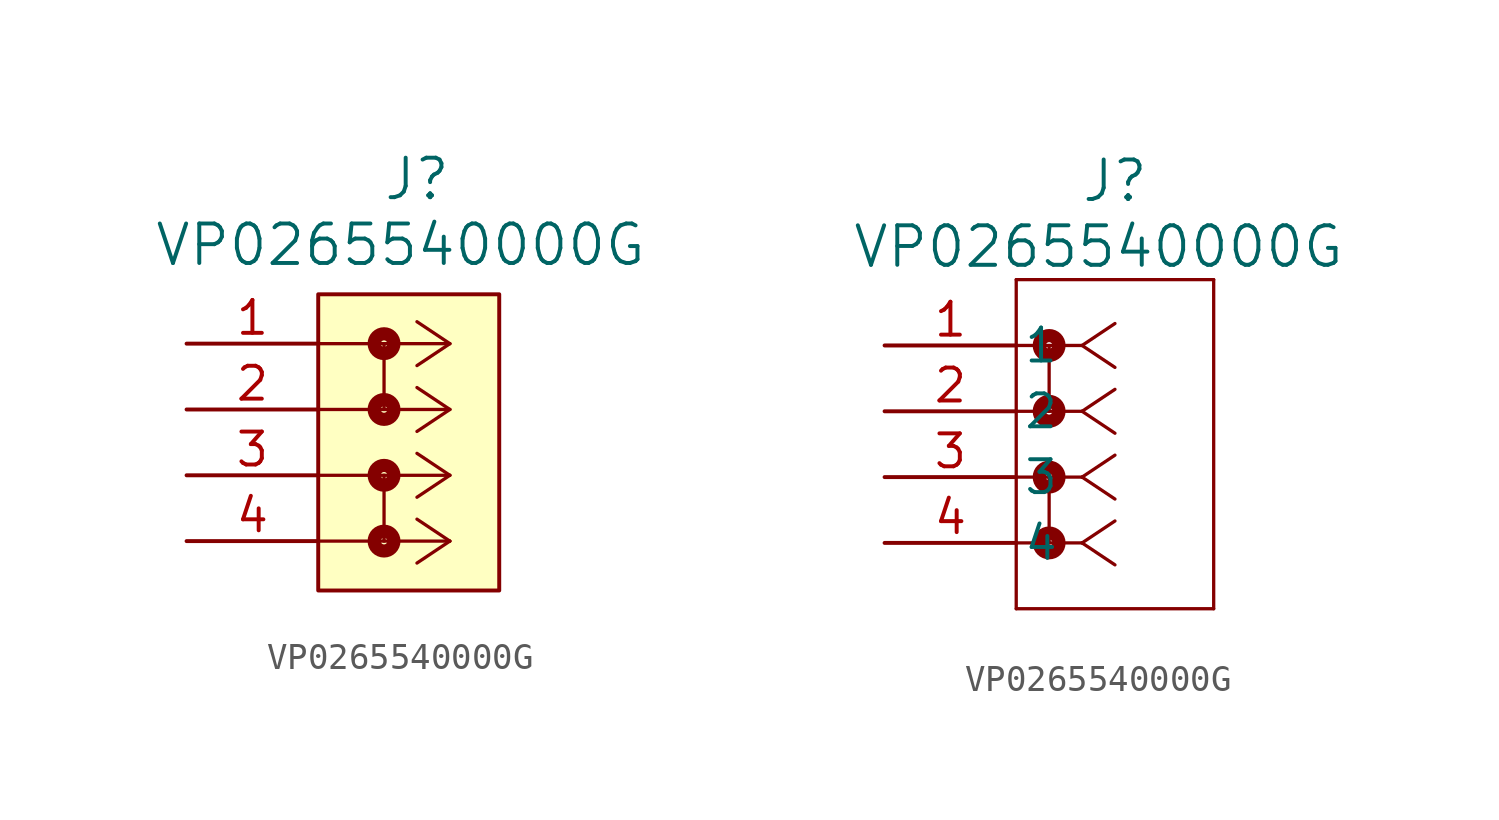
<source format=kicad_sym>
(kicad_symbol_lib
  (version 20220914)
  (generator kicad_symbol_editor)
  (symbol "VP0265540000G"
    (pin_names
      (offset 0.254))
    (property "Reference" "J"
      (at 8.89 6.35 0)
      (effects (font (size 1.524 1.524))))
    (property "Value" "VP0265540000G"
      (at 8.255 3.81 0)
      (effects (font (size 1.524 1.524))))
    (symbol "VP0265540000G_1_1"
      (polyline (pts (xy 7.62 -5.08) (xy 7.62 -7.62)) (stroke (width 0.127) (type default)) (fill (type none)))
      (polyline (pts (xy 7.62 0) (xy 7.62 -2.54)) (stroke (width 0.127) (type default)) (fill (type none)))
      (polyline (pts (xy 10.16 -7.62) (xy 5.08 -7.62)) (stroke (width 0.127) (type default)) (fill (type none)))
      (polyline (pts (xy 10.16 -7.62) (xy 8.89 -8.467)) (stroke (width 0.127) (type default)) (fill (type none)))
      (polyline (pts (xy 10.16 -7.62) (xy 8.89 -6.773)) (stroke (width 0.127) (type default)) (fill (type none)))
      (polyline (pts (xy 10.16 -5.08) (xy 5.08 -5.08)) (stroke (width 0.127) (type default)) (fill (type none)))
      (polyline (pts (xy 10.16 -5.08) (xy 8.89 -5.927)) (stroke (width 0.127) (type default)) (fill (type none)))
      (polyline (pts (xy 10.16 -5.08) (xy 8.89 -4.233)) (stroke (width 0.127) (type default)) (fill (type none)))
      (polyline (pts (xy 10.16 -2.54) (xy 5.08 -2.54)) (stroke (width 0.127) (type default)) (fill (type none)))
      (polyline (pts (xy 10.16 -2.54) (xy 8.89 -3.387)) (stroke (width 0.127) (type default)) (fill (type none)))
      (polyline (pts (xy 10.16 -2.54) (xy 8.89 -1.693)) (stroke (width 0.127) (type default)) (fill (type none)))
      (polyline (pts (xy 10.16 0) (xy 5.08 0)) (stroke (width 0.127) (type default)) (fill (type none)))
      (polyline (pts (xy 10.16 0) (xy 8.89 -0.847)) (stroke (width 0.127) (type default)) (fill (type none)))
      (polyline (pts (xy 10.16 0) (xy 8.89 0.847)) (stroke (width 0.127) (type default)) (fill (type none)))
      (rectangle (start 5.08 1.905) (end 12.065 -9.525) (stroke (width 0) (type default)) (fill (type background)))
      (circle (center 7.62 -7.62) (radius 0.127) (stroke (width 0.508) (type default)) (fill (type none)))
      (circle (center 7.62 -5.08) (radius 0.127) (stroke (width 0.508) (type default)) (fill (type none)))
      (circle (center 7.62 -2.54) (radius 0.127) (stroke (width 0.508) (type default)) (fill (type none)))
      (circle (center 7.62 0) (radius 0.127) (stroke (width 0.508) (type default)) (fill (type none)))
      (pin unspecified line (at 0 0 0) (length 5.08) (name "" (effects (font (size 1.27 1.27)))) (number "1" (effects (font (size 1.27 1.27)))))
      (pin unspecified line (at 0 -2.54 0) (length 5.08) (name "" (effects (font (size 1.27 1.27)))) (number "2" (effects (font (size 1.27 1.27)))))
      (pin unspecified line (at 0 -5.08 0) (length 5.08) (name "" (effects (font (size 1.27 1.27)))) (number "3" (effects (font (size 1.27 1.27)))))
      (pin unspecified line (at 0 -7.62 0) (length 5.08) (name "" (effects (font (size 1.27 1.27)))) (number "4" (effects (font (size 1.27 1.27))))))
    (symbol "VP0265540000G_1_2"
      (polyline (pts (xy 5.08 -10.16) (xy 12.7 -10.16)) (stroke (width 0.127) (type default)) (fill (type none)))
      (polyline (pts (xy 5.08 2.54) (xy 5.08 -10.16)) (stroke (width 0.127) (type default)) (fill (type none)))
      (polyline (pts (xy 6.35 -5.08) (xy 6.35 -7.62)) (stroke (width 0.127) (type default)) (fill (type none)))
      (polyline (pts (xy 6.35 0) (xy 6.35 -2.54)) (stroke (width 0.127) (type default)) (fill (type none)))
      (polyline (pts (xy 7.62 -7.62) (xy 5.08 -7.62)) (stroke (width 0.127) (type default)) (fill (type none)))
      (polyline (pts (xy 7.62 -7.62) (xy 8.89 -8.467)) (stroke (width 0.127) (type default)) (fill (type none)))
      (polyline (pts (xy 7.62 -7.62) (xy 8.89 -6.773)) (stroke (width 0.127) (type default)) (fill (type none)))
      (polyline (pts (xy 7.62 -5.08) (xy 5.08 -5.08)) (stroke (width 0.127) (type default)) (fill (type none)))
      (polyline (pts (xy 7.62 -5.08) (xy 8.89 -5.927)) (stroke (width 0.127) (type default)) (fill (type none)))
      (polyline (pts (xy 7.62 -5.08) (xy 8.89 -4.233)) (stroke (width 0.127) (type default)) (fill (type none)))
      (polyline (pts (xy 7.62 -2.54) (xy 5.08 -2.54)) (stroke (width 0.127) (type default)) (fill (type none)))
      (polyline (pts (xy 7.62 -2.54) (xy 8.89 -3.387)) (stroke (width 0.127) (type default)) (fill (type none)))
      (polyline (pts (xy 7.62 -2.54) (xy 8.89 -1.693)) (stroke (width 0.127) (type default)) (fill (type none)))
      (polyline (pts (xy 7.62 0) (xy 5.08 0)) (stroke (width 0.127) (type default)) (fill (type none)))
      (polyline (pts (xy 7.62 0) (xy 8.89 -0.847)) (stroke (width 0.127) (type default)) (fill (type none)))
      (polyline (pts (xy 7.62 0) (xy 8.89 0.847)) (stroke (width 0.127) (type default)) (fill (type none)))
      (polyline (pts (xy 12.7 -10.16) (xy 12.7 2.54)) (stroke (width 0.127) (type default)) (fill (type none)))
      (polyline (pts (xy 12.7 2.54) (xy 5.08 2.54)) (stroke (width 0.127) (type default)) (fill (type none)))
      (circle (center 6.35 -7.62) (radius 0.127) (stroke (width 0.508) (type default)) (fill (type none)))
      (circle (center 6.35 -5.08) (radius 0.127) (stroke (width 0.508) (type default)) (fill (type none)))
      (circle (center 6.35 -2.54) (radius 0.127) (stroke (width 0.508) (type default)) (fill (type none)))
      (circle (center 6.35 0) (radius 0.127) (stroke (width 0.508) (type default)) (fill (type none)))
      (pin unspecified line (at 0 0 0) (length 5.08) (name "1" (effects (font (size 1.27 1.27)))) (number "1" (effects (font (size 1.27 1.27)))))
      (pin unspecified line (at 0 -2.54 0) (length 5.08) (name "2" (effects (font (size 1.27 1.27)))) (number "2" (effects (font (size 1.27 1.27)))))
      (pin unspecified line (at 0 -5.08 0) (length 5.08) (name "3" (effects (font (size 1.27 1.27)))) (number "3" (effects (font (size 1.27 1.27)))))
      (pin unspecified line (at 0 -7.62 0) (length 5.08) (name "4" (effects (font (size 1.27 1.27)))) (number "4" (effects (font (size 1.27 1.27))))))))
</source>
